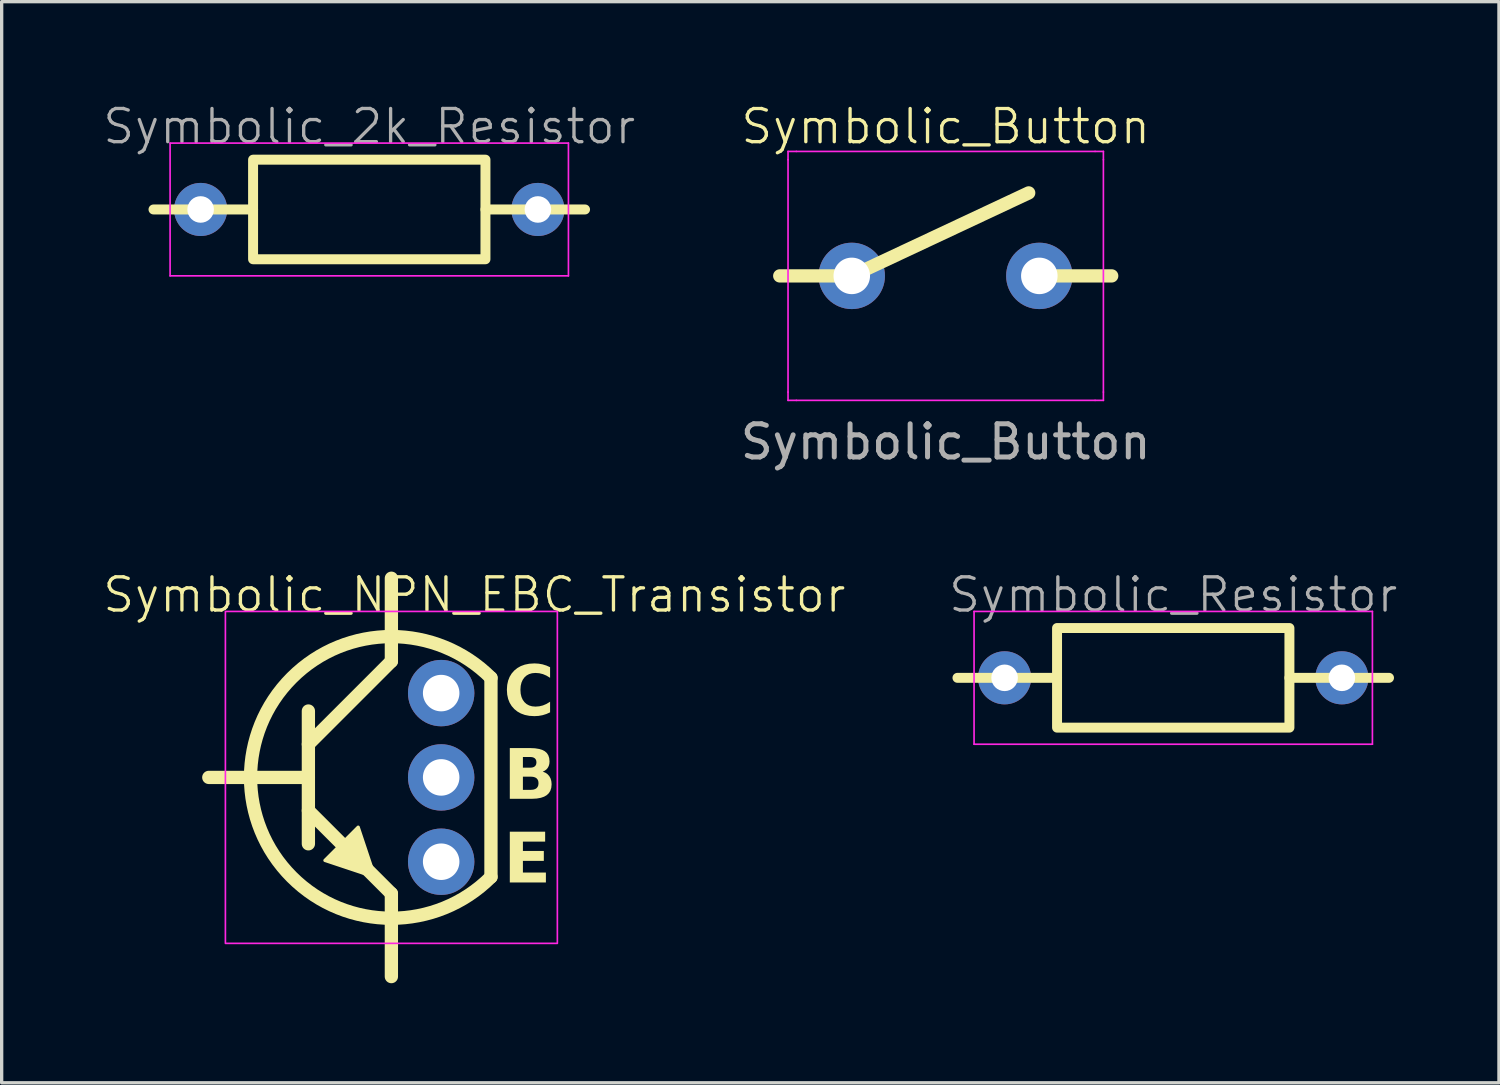
<source format=kicad_pcb>
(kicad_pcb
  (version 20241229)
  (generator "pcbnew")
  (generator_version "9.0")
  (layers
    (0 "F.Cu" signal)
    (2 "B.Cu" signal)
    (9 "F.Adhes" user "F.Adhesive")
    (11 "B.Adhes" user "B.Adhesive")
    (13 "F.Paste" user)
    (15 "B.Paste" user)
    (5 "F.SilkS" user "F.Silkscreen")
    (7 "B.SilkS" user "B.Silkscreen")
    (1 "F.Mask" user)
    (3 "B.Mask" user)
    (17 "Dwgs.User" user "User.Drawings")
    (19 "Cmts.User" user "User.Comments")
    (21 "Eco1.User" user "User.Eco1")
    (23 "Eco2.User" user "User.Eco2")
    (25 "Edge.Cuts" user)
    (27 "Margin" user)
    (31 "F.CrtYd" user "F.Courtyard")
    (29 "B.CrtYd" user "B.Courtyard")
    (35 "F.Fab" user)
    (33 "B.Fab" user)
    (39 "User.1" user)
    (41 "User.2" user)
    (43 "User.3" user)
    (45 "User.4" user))
  (footprint "Symbolic_2k_Resistor"
    (layer "F.Cu")
    (at 8.074 3.26)
    (property "Reference" "Symbolic_2k_Resistor" (at 0 -2.5 0) (unlocked yes) (layer "F.Fab") (effects (font (size 1 1) (thickness 0.1))))
    (attr through_hole)
    (fp_line (start -3.5 0) (end -6.5 0) (stroke (width 0.3) (type default)) (layer "F.SilkS"))
    (fp_line (start 3.5 0) (end 6.5 0) (stroke (width 0.3) (type default)) (layer "F.SilkS"))
    (fp_rect (start -3.5 -1.5) (end 3.5 1.5) (stroke (width 0.3) (type default)) (fill no) (layer "F.SilkS"))
    (fp_line (start -6 -2) (end -6 2) (stroke (width 0.05) (type solid)) (layer "F.CrtYd"))
    (fp_line (start -6 2) (end 6 2) (stroke (width 0.05) (type solid)) (layer "F.CrtYd"))
    (fp_line (start 6 -2) (end -6 -2) (stroke (width 0.05) (type solid)) (layer "F.CrtYd"))
    (fp_line (start 6 2) (end 6 -2) (stroke (width 0.05) (type solid)) (layer "F.CrtYd"))
    (pad "1" thru_hole circle (at -5.08 0) (size 1.6 1.6) (drill 0.8) (layers "*.Cu" "*.Mask"))
    (pad "2" thru_hole oval (at 5.08 0) (size 1.6 1.6) (drill 0.8) (layers "*.Cu" "*.Mask")))
  (footprint "Symbolic_Button"
    (layer "F.Cu")
    (at 25.439 5.261)
    (property "Reference" "Symbolic_Button" (at 0 -4.5 0) (unlocked yes) (layer "F.SilkS") (effects (font (size 1 1) (thickness 0.1))))
    (attr through_hole)
    (fp_line (start -2.83 0) (end -5 0) (stroke (width 0.4) (type default)) (layer "F.SilkS"))
    (fp_line (start -2.83 0) (end 2.5 -2.5) (stroke (width 0.4) (type default)) (layer "F.SilkS"))
    (fp_line (start 2.82 0) (end 5 0) (stroke (width 0.4) (type default)) (layer "F.SilkS"))
    (fp_line (start -4.75 -3.75) (end -4.5 -3.75) (stroke (width 0.05) (type solid)) (layer "F.CrtYd"))
    (fp_line (start -4.75 -3.5) (end -4.75 -3.75) (stroke (width 0.05) (type solid)) (layer "F.CrtYd"))
    (fp_line (start -4.75 3.5) (end -4.75 -3.5) (stroke (width 0.05) (type solid)) (layer "F.CrtYd"))
    (fp_line (start -4.75 3.5) (end -4.75 3.75) (stroke (width 0.05) (type solid)) (layer "F.CrtYd"))
    (fp_line (start -4.75 3.75) (end -4.5 3.75) (stroke (width 0.05) (type solid)) (layer "F.CrtYd"))
    (fp_line (start -4.5 -3.75) (end 4.5 -3.75) (stroke (width 0.05) (type solid)) (layer "F.CrtYd"))
    (fp_line (start 4.5 -3.75) (end 4.75 -3.75) (stroke (width 0.05) (type solid)) (layer "F.CrtYd"))
    (fp_line (start 4.5 3.75) (end -4.5 3.75) (stroke (width 0.05) (type solid)) (layer "F.CrtYd"))
    (fp_line (start 4.5 3.75) (end 4.75 3.75) (stroke (width 0.05) (type solid)) (layer "F.CrtYd"))
    (fp_line (start 4.75 -3.75) (end 4.75 -3.5) (stroke (width 0.05) (type solid)) (layer "F.CrtYd"))
    (fp_line (start 4.75 -3.5) (end 4.75 3.5) (stroke (width 0.05) (type solid)) (layer "F.CrtYd"))
    (fp_line (start 4.75 3.75) (end 4.75 3.5) (stroke (width 0.05) (type solid)) (layer "F.CrtYd"))
    (fp_text user "${REFERENCE}" (at 0 5 0) (unlocked yes) (layer "F.Fab") (effects (font (size 1 1) (thickness 0.15))))
    (pad "1" thru_hole circle (at -2.83 0 90) (size 2 2) (drill 1.1) (layers "*.Cu" "*.Mask"))
    (pad "2" thru_hole circle (at 2.82 0 90) (size 2 2) (drill 1.1) (layers "*.Cu" "*.Mask")))
  (footprint "Symbolic_NPN_EBC_Transistor"
    (layer "F.Cu")
    (at 8.74 20.369)
    (property "Reference" "Symbolic_NPN_EBC_Transistor" (at 2.5 -5.5 0) (unlocked yes) (layer "F.SilkS") (effects (font (size 1 1) (thickness 0.1))))
    (attr through_hole)
    (fp_line (start -5.5 0) (end -2.5 0) (stroke (width 0.4) (type default)) (layer "F.SilkS"))
    (fp_line (start -2.5 -2) (end -2.5 2) (stroke (width 0.4) (type default)) (layer "F.SilkS"))
    (fp_line (start -2.5 -1) (end 0 -3.5) (stroke (width 0.4) (type default)) (layer "F.SilkS"))
    (fp_line (start -2.5 1) (end 0 3.5) (stroke (width 0.4) (type default)) (layer "F.SilkS"))
    (fp_line (start -2.5 2) (end -2.5 1.5) (stroke (width 0.1) (type default)) (layer "F.SilkS"))
    (fp_line (start 0 -3.5) (end 0 -6) (stroke (width 0.4) (type default)) (layer "F.SilkS"))
    (fp_line (start 0 3.5) (end 0 6) (stroke (width 0.4) (type default)) (layer "F.SilkS"))
    (fp_line (start 3 -3) (end 3 3) (stroke (width 0.4) (type default)) (layer "F.SilkS"))
    (fp_arc (start 3 3) (mid -4.242641 0) (end 3 -3) (stroke (width 0.4) (type default)) (layer "F.SilkS"))
    (fp_poly (pts (xy -0.5 3) (xy -1 1.5) (xy -2 2.5)) (stroke (width 0.1) (type solid)) (fill yes) (layer "F.SilkS"))
    (fp_rect (start -5 -5) (end 5 5) (stroke (width 0.05) (type default)) (fill no) (layer "F.CrtYd"))
    (fp_text_box "C\nB\nE" (start 2.25 -4.5) (end 4.75 2) (margins 1.125 1.125 1.125 1.125) (layer "F.SilkS") (effects (font (face "Roboto Slab") (size 1.5 1.5) (thickness 0.3) (bold yes)) (justify left top)) (border no) (stroke (width 0) (type solid)))
    (pad "1" thru_hole circle (at 1.5 2.54) (size 2 2) (drill 1.1) (layers "*.Cu" "*.Mask"))
    (pad "2" thru_hole circle (at 1.5 0) (size 2 2) (drill 1.1) (layers "*.Cu" "*.Mask"))
    (pad "3" thru_hole circle (at 1.5 -2.54) (size 2 2) (drill 1.1) (layers "*.Cu" "*.Mask")))
  (footprint "Symbolic_Resistor"
    (layer "F.Cu")
    (at 32.293 17.369)
    (property "Reference" "Symbolic_Resistor" (at 0 -2.5 0) (unlocked yes) (layer "F.Fab") (effects (font (size 1 1) (thickness 0.1))))
    (attr through_hole)
    (fp_line (start -3.5 0) (end -6.5 0) (stroke (width 0.3) (type default)) (layer "F.SilkS"))
    (fp_line (start 3.5 0) (end 6.5 0) (stroke (width 0.3) (type default)) (layer "F.SilkS"))
    (fp_rect (start -3.5 -1.5) (end 3.5 1.5) (stroke (width 0.3) (type default)) (fill no) (layer "F.SilkS"))
    (fp_line (start -6 -2) (end -6 2) (stroke (width 0.05) (type solid)) (layer "F.CrtYd"))
    (fp_line (start -6 2) (end 6 2) (stroke (width 0.05) (type solid)) (layer "F.CrtYd"))
    (fp_line (start 6 -2) (end -6 -2) (stroke (width 0.05) (type solid)) (layer "F.CrtYd"))
    (fp_line (start 6 2) (end 6 -2) (stroke (width 0.05) (type solid)) (layer "F.CrtYd"))
    (pad "1" thru_hole circle (at -5.08 0) (size 1.6 1.6) (drill 0.8) (layers "*.Cu" "*.Mask"))
    (pad "2" thru_hole oval (at 5.08 0) (size 1.6 1.6) (drill 0.8) (layers "*.Cu" "*.Mask")))
  (gr_rect
    (start -3 -3)
    (end 42.105 29.569)
    (stroke (width 0.1) (type default))
    (fill no)
    (layer "Edge.Cuts")))
</source>
